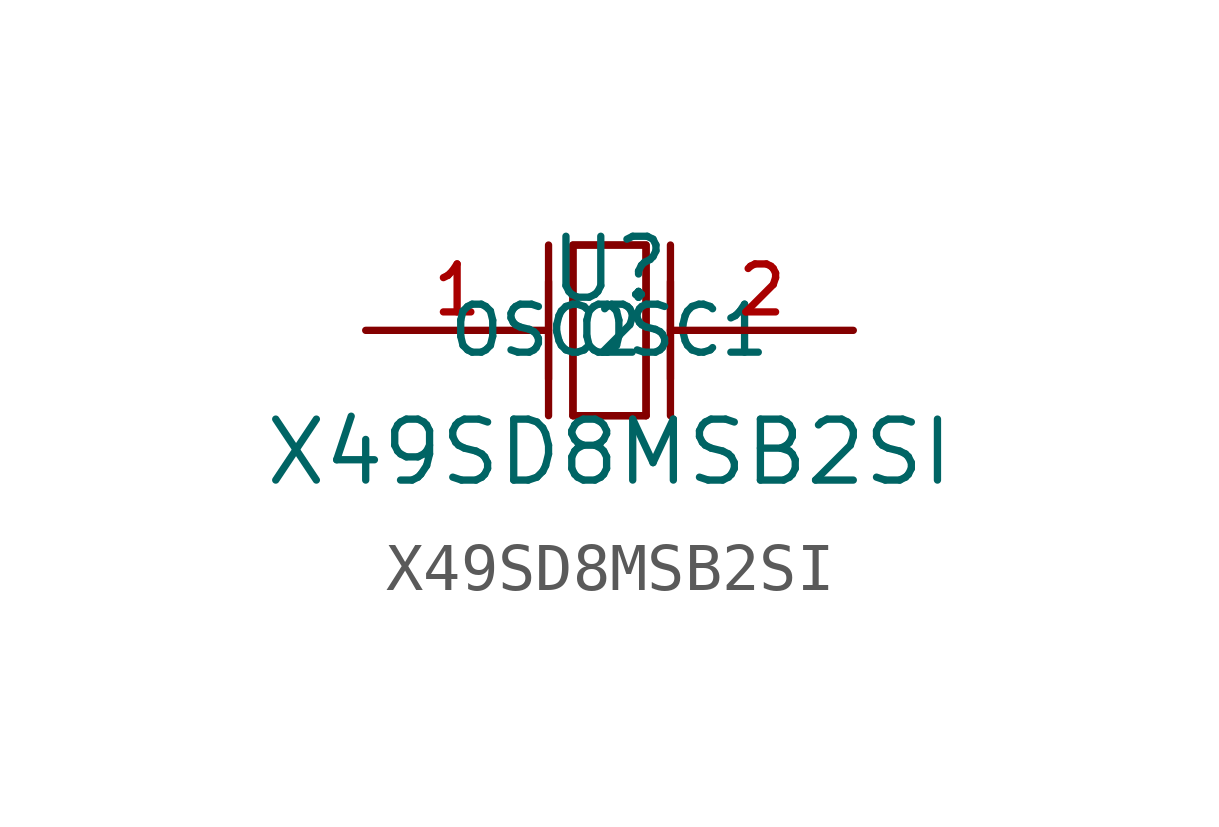
<source format=kicad_sym>
(kicad_symbol_lib
  (version 20210201)
  (generator TousstNicolas/JLC2KiCad_lib)
  (symbol "X49SD8MSB2SI"
    (property "Reference" "U"
      (at 0 1.27 0)
      (effects (font (size 1.27 1.27))))
    (property "Value" "X49SD8MSB2SI"
      (at 0 -2.54 0)
      (effects (font (size 1.27 1.27))))
    (symbol "X49SD8MSB2SI_0_1"
      (pin input line (at -5.08 -0.0 0) (length 3.81) (name "OSC1" (effects (font (size 1 1)))) (number "1" (effects (font (size 1 1)))))
      (pin input line (at 5.08 -0.0 180) (length 3.81) (name "OSC2" (effects (font (size 1 1)))) (number "2" (effects (font (size 1 1)))))
      (polyline (pts (xy -1.27 -1.016) (xy -1.27 1.016)) (stroke (width 0) (type default) (color 0 0 0 0)) (fill (type none)))
      (polyline (pts (xy 0.762 -1.778) (xy -0.762 -1.778)) (stroke (width 0) (type default) (color 0 0 0 0)) (fill (type none)))
      (polyline (pts (xy 1.27 -1.016) (xy 1.27 1.016)) (stroke (width 0) (type default) (color 0 0 0 0)) (fill (type none)))
      (polyline (pts (xy -0.762 -1.778) (xy -0.762 1.778) (xy 0.762 1.778) (xy 0.762 -1.778)) (stroke (width 0) (type default) (color 0 0 0 0)) (fill (type none)))
      (polyline (pts (xy 1.27 -1.778) (xy 1.27 1.778)) (stroke (width 0) (type default) (color 0 0 0 0)) (fill (type none)))
      (polyline (pts (xy -1.27 -1.778) (xy -1.27 1.778)) (stroke (width 0) (type default) (color 0 0 0 0)) (fill (type none)))
      (polyline (pts (xy 0.762 1.778) (xy 0.762 -1.778) (xy -0.762 -1.778) (xy -0.762 1.778) (xy 0.762 1.778)) (stroke (width 0) (type default) (color 0 0 0 0)) (fill (type none))))))
</source>
